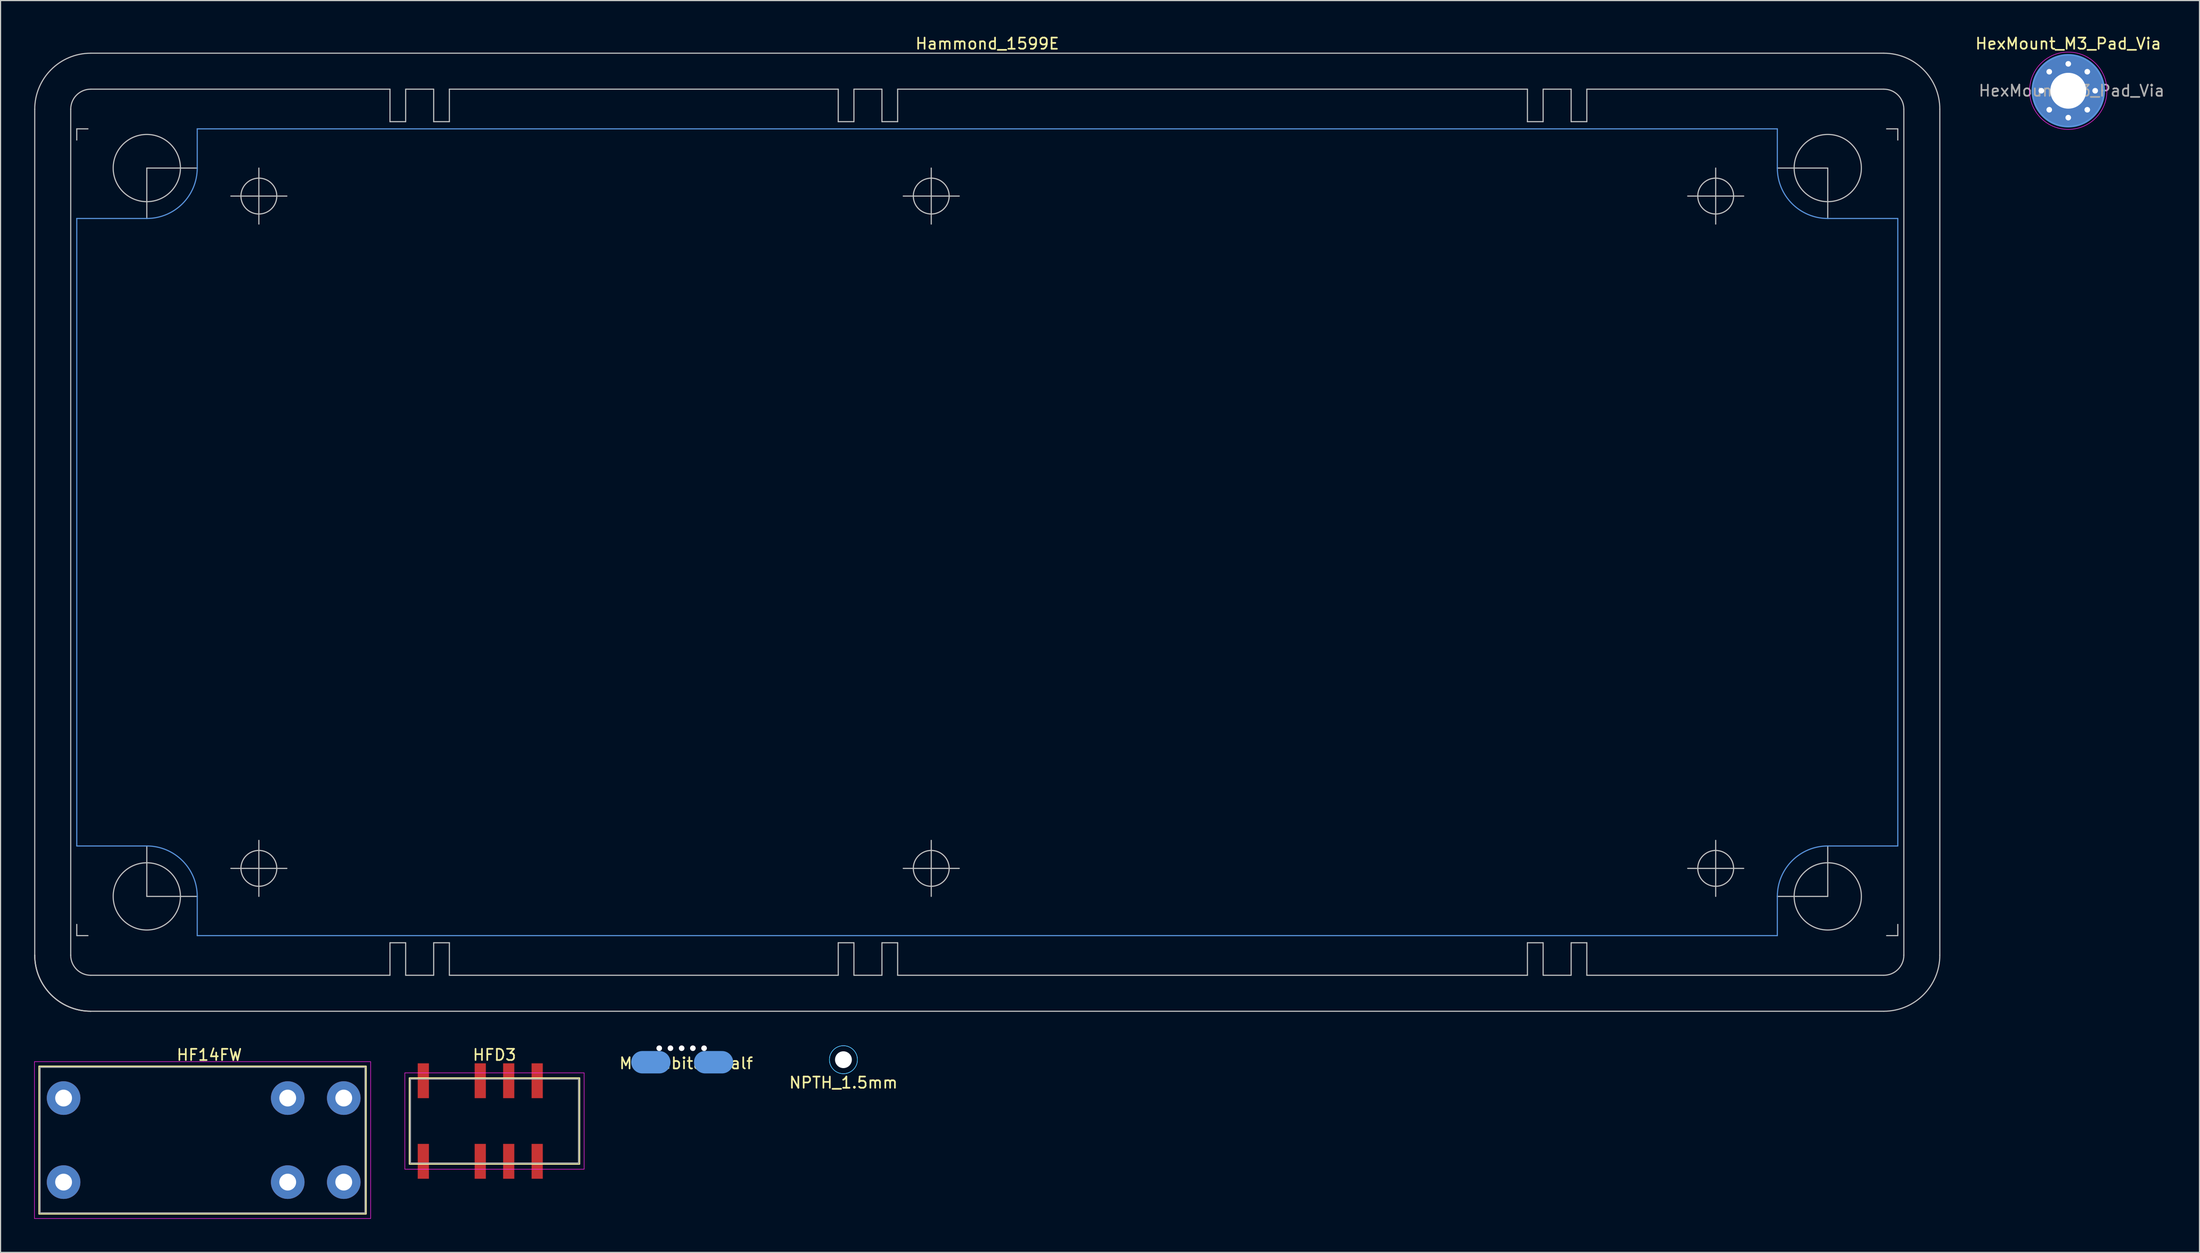
<source format=kicad_pcb>
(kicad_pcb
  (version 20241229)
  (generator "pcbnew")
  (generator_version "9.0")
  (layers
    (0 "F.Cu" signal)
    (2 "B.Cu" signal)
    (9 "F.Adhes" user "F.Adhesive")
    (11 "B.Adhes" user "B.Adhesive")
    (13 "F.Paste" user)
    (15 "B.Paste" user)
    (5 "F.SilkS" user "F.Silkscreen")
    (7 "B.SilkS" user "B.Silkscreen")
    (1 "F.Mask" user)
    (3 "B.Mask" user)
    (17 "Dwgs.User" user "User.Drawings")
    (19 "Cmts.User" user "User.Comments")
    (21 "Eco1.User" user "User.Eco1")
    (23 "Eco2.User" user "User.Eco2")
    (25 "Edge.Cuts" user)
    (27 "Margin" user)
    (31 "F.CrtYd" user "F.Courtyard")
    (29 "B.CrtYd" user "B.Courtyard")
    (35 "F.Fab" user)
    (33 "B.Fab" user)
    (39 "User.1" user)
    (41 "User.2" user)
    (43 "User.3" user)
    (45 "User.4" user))
  (footprint "Mousebites_half"
    (layer "F.Cu")
    (at 57.777 91.748)
    (property "Reference" "Mousebites_half" (at 0.4 0.1 0) (layer "F.SilkS") (effects (font (size 1 1) (thickness 0.15))))
    (attr exclude_from_pos_files exclude_from_bom)
    (fp_line (start -3.5 0) (end -2 0) (stroke (width 2) (type solid)) (layer "Cmts.User"))
    (fp_line (start 2.1 0) (end 3.6 0) (stroke (width 2) (type solid)) (layer "Cmts.User"))
    (pad "" np_thru_hole circle (at -2 -1.25) (size 0.5 0.5) (drill 0.5) (layers "*.Cu" "*.Mask"))
    (pad "" np_thru_hole circle (at -1 -1.25) (size 0.5 0.5) (drill 0.5) (layers "*.Cu" "*.Mask"))
    (pad "" np_thru_hole circle (at 0 -1.25) (size 0.5 0.5) (drill 0.5) (layers "*.Cu" "*.Mask"))
    (pad "" np_thru_hole circle (at 1 -1.25) (size 0.5 0.5) (drill 0.5) (layers "*.Cu" "*.Mask"))
    (pad "" np_thru_hole circle (at 2 -1.25) (size 0.5 0.5) (drill 0.5) (layers "*.Cu" "*.Mask")))
  (footprint "HexMount_M3_Pad_Via"
    (layer "F.Cu")
    (at 181.511 5.048)
    (property "Reference" "HexMount_M3_Pad_Via" (at 0 -4.2 0) (layer "F.SilkS") (effects (font (size 1 1) (thickness 0.15))))
    (attr exclude_from_pos_files exclude_from_bom)
    (fp_circle (center 0 0) (end 3.2 0) (stroke (width 0.15) (type solid)) (fill no) (layer "Cmts.User"))
    (fp_circle (center 0 0) (end 3.45 0) (stroke (width 0.05) (type solid)) (fill no) (layer "F.CrtYd"))
    (fp_text user "${REFERENCE}" (at 0.3 0 0) (layer "F.Fab") (effects (font (size 1 1) (thickness 0.15))))
    (pad "1" thru_hole circle (at -2.4 0) (size 0.8 0.8) (drill 0.5) (layers "*.Cu" "*.Mask"))
    (pad "1" thru_hole circle (at -1.697 -1.697) (size 0.8 0.8) (drill 0.5) (layers "*.Cu" "*.Mask"))
    (pad "1" thru_hole circle (at -1.697 1.697) (size 0.8 0.8) (drill 0.5) (layers "*.Cu" "*.Mask"))
    (pad "1" thru_hole circle (at 0 -2.4) (size 0.8 0.8) (drill 0.5) (layers "*.Cu" "*.Mask"))
    (pad "1" thru_hole circle (at 0 0) (size 6.4 6.4) (drill 3.2) (layers "*.Cu" "*.Mask"))
    (pad "1" thru_hole circle (at 0 2.4) (size 0.8 0.8) (drill 0.5) (layers "*.Cu" "*.Mask"))
    (pad "1" thru_hole circle (at 1.697 -1.697) (size 0.8 0.8) (drill 0.5) (layers "*.Cu" "*.Mask"))
    (pad "1" thru_hole circle (at 1.697 1.697) (size 0.8 0.8) (drill 0.5) (layers "*.Cu" "*.Mask"))
    (pad "1" thru_hole circle (at 2.4 0) (size 0.8 0.8) (drill 0.5) (layers "*.Cu" "*.Mask")))
  (footprint "HFD3"
    (layer "F.Cu")
    (at 41.075 96.996)
    (property "Reference" "HFD3" (at 0 -5.9 0) (unlocked yes) (layer "F.SilkS") (effects (font (size 1 1) (thickness 0.15))))
    (attr smd)
    (fp_rect (start -7.6 -3.85) (end 7.6 3.85) (stroke (width 0.1) (type solid)) (fill no) (layer "F.SilkS"))
    (fp_rect (start -8 -4.3) (end 8 4.3) (stroke (width 0.05) (type solid)) (fill no) (layer "F.CrtYd"))
    (fp_rect (start -7.5 3.75) (end 7.5 -3.75) (stroke (width 0.1) (type solid)) (fill no) (layer "F.Fab"))
    (pad "1" smd rect (at -6.35 3.595) (size 1 3.11) (layers "F.Cu" "F.Mask" "F.Paste"))
    (pad "3" smd rect (at -1.27 3.595) (size 1 3.11) (layers "F.Cu" "F.Mask" "F.Paste"))
    (pad "4" smd rect (at 1.27 3.595) (size 1 3.11) (layers "F.Cu" "F.Mask" "F.Paste"))
    (pad "5" smd rect (at 3.81 3.595) (size 1 3.11) (layers "F.Cu" "F.Mask" "F.Paste"))
    (pad "8" smd rect (at 3.81 -3.595) (size 1 3.11) (layers "F.Cu" "F.Mask" "F.Paste"))
    (pad "9" smd rect (at 1.27 -3.595) (size 1 3.11) (layers "F.Cu" "F.Mask" "F.Paste"))
    (pad "10" smd rect (at -1.27 -3.595) (size 1 3.11) (layers "F.Cu" "F.Mask" "F.Paste"))
    (pad "12" smd rect (at -6.35 -3.595) (size 1 3.11) (layers "F.Cu" "F.Mask" "F.Paste")))
  (footprint "NPTH_1.5mm"
    (layer "F.Cu")
    (at 72.213 91.523)
    (property "Reference" "NPTH_1.5mm" (at 0 2.05 0) (layer "F.SilkS") (effects (font (size 1 1) (thickness 0.15))))
    (attr exclude_from_pos_files exclude_from_bom)
    (fp_circle (center 0 0) (end 1.25 0) (stroke (width 0.05) (type solid)) (fill no) (layer "B.CrtYd"))
    (fp_circle (center 0 0) (end 1.25 0) (stroke (width 0.05) (type solid)) (fill no) (layer "F.CrtYd"))
    (pad "" np_thru_hole circle (at 0 0) (size 1.5 1.5) (drill 1.5) (layers "*.Cu" "*.Mask")))
  (footprint "Hammond_1599E"
    (layer "F.Cu")
    (at 85.05 44.448)
    (property "Reference" "Hammond_1599E" (at 0 -43.6 0) (layer "F.SilkS") (effects (font (size 1 1) (thickness 0.15))))
    (attr through_hole)
    (fp_line (start -85 37.75) (end -85 -37.75) (stroke (width 0.1) (type solid)) (layer "Dwgs.User"))
    (fp_line (start -81.79 37.75) (end -81.79 -37.75) (stroke (width 0.1) (type solid)) (layer "Dwgs.User"))
    (fp_line (start -81.25 -36) (end -81.25 -35) (stroke (width 0.1) (type solid)) (layer "Dwgs.User"))
    (fp_line (start -81.25 -36) (end -80.25 -36) (stroke (width 0.1) (type solid)) (layer "Dwgs.User"))
    (fp_line (start -81.25 36) (end -81.25 35) (stroke (width 0.1) (type solid)) (layer "Dwgs.User"))
    (fp_line (start -81.25 36) (end -80.25 36) (stroke (width 0.1) (type solid)) (layer "Dwgs.User"))
    (fp_line (start -80 -42.75) (end 80 -42.75) (stroke (width 0.1) (type solid)) (layer "Dwgs.User"))
    (fp_line (start -80 -39.54) (end -53.3 -39.54) (stroke (width 0.1) (type solid)) (layer "Dwgs.User"))
    (fp_line (start -80 39.54) (end -53.3 39.54) (stroke (width 0.1) (type solid)) (layer "Dwgs.User"))
    (fp_line (start -75 -32.5) (end -75 -28) (stroke (width 0.1) (type solid)) (layer "Dwgs.User"))
    (fp_line (start -75 -32.5) (end -70.5 -32.5) (stroke (width 0.1) (type solid)) (layer "Dwgs.User"))
    (fp_line (start -75 32.5) (end -75 28) (stroke (width 0.1) (type solid)) (layer "Dwgs.User"))
    (fp_line (start -75 32.5) (end -70.5 32.5) (stroke (width 0.1) (type solid)) (layer "Dwgs.User"))
    (fp_line (start -67.5 -30) (end -62.5 -30) (stroke (width 0.1) (type solid)) (layer "Dwgs.User"))
    (fp_line (start -67.5 30) (end -62.5 30) (stroke (width 0.1) (type solid)) (layer "Dwgs.User"))
    (fp_line (start -65 -32.5) (end -65 -27.5) (stroke (width 0.1) (type solid)) (layer "Dwgs.User"))
    (fp_line (start -65 27.5) (end -65 32.5) (stroke (width 0.1) (type solid)) (layer "Dwgs.User"))
    (fp_line (start -53.3 -39.54) (end -53.3 -36.64) (stroke (width 0.1) (type solid)) (layer "Dwgs.User"))
    (fp_line (start -53.3 -36.64) (end -51.9 -36.64) (stroke (width 0.1) (type solid)) (layer "Dwgs.User"))
    (fp_line (start -53.3 39.54) (end -53.3 36.64) (stroke (width 0.1) (type solid)) (layer "Dwgs.User"))
    (fp_line (start -51.9 -39.54) (end -51.9 -36.64) (stroke (width 0.1) (type solid)) (layer "Dwgs.User"))
    (fp_line (start -51.9 -39.54) (end -49.4 -39.54) (stroke (width 0.1) (type solid)) (layer "Dwgs.User"))
    (fp_line (start -51.9 36.64) (end -53.3 36.64) (stroke (width 0.1) (type solid)) (layer "Dwgs.User"))
    (fp_line (start -51.9 39.54) (end -51.9 36.64) (stroke (width 0.1) (type solid)) (layer "Dwgs.User"))
    (fp_line (start -49.4 -39.54) (end -49.4 -36.64) (stroke (width 0.1) (type solid)) (layer "Dwgs.User"))
    (fp_line (start -49.4 -36.64) (end -48 -36.64) (stroke (width 0.1) (type solid)) (layer "Dwgs.User"))
    (fp_line (start -49.4 39.54) (end -51.9 39.54) (stroke (width 0.1) (type solid)) (layer "Dwgs.User"))
    (fp_line (start -49.4 39.54) (end -49.4 36.64) (stroke (width 0.1) (type solid)) (layer "Dwgs.User"))
    (fp_line (start -48 -39.54) (end -48 -36.64) (stroke (width 0.1) (type solid)) (layer "Dwgs.User"))
    (fp_line (start -48 -39.54) (end -13.3 -39.54) (stroke (width 0.1) (type solid)) (layer "Dwgs.User"))
    (fp_line (start -48 36.64) (end -49.4 36.64) (stroke (width 0.1) (type solid)) (layer "Dwgs.User"))
    (fp_line (start -48 39.54) (end -48 36.64) (stroke (width 0.1) (type solid)) (layer "Dwgs.User"))
    (fp_line (start -48 39.54) (end -13.3 39.54) (stroke (width 0.1) (type solid)) (layer "Dwgs.User"))
    (fp_line (start -13.3 -39.54) (end -13.3 -36.64) (stroke (width 0.1) (type solid)) (layer "Dwgs.User"))
    (fp_line (start -13.3 -36.64) (end -11.9 -36.64) (stroke (width 0.1) (type solid)) (layer "Dwgs.User"))
    (fp_line (start -13.3 39.54) (end -13.3 36.64) (stroke (width 0.1) (type solid)) (layer "Dwgs.User"))
    (fp_line (start -11.9 -39.54) (end -11.9 -36.64) (stroke (width 0.1) (type solid)) (layer "Dwgs.User"))
    (fp_line (start -11.9 -39.54) (end -9.4 -39.54) (stroke (width 0.1) (type solid)) (layer "Dwgs.User"))
    (fp_line (start -11.9 36.64) (end -13.3 36.64) (stroke (width 0.1) (type solid)) (layer "Dwgs.User"))
    (fp_line (start -11.9 39.54) (end -11.9 36.64) (stroke (width 0.1) (type solid)) (layer "Dwgs.User"))
    (fp_line (start -9.4 -39.54) (end -9.4 -36.64) (stroke (width 0.1) (type solid)) (layer "Dwgs.User"))
    (fp_line (start -9.4 -36.64) (end -8 -36.64) (stroke (width 0.1) (type solid)) (layer "Dwgs.User"))
    (fp_line (start -9.4 39.54) (end -11.9 39.54) (stroke (width 0.1) (type solid)) (layer "Dwgs.User"))
    (fp_line (start -9.4 39.54) (end -9.4 36.64) (stroke (width 0.1) (type solid)) (layer "Dwgs.User"))
    (fp_line (start -8 -39.54) (end -8 -36.64) (stroke (width 0.1) (type solid)) (layer "Dwgs.User"))
    (fp_line (start -8 -39.54) (end 48.2 -39.54) (stroke (width 0.1) (type solid)) (layer "Dwgs.User"))
    (fp_line (start -8 36.64) (end -9.4 36.64) (stroke (width 0.1) (type solid)) (layer "Dwgs.User"))
    (fp_line (start -8 39.54) (end -8 36.64) (stroke (width 0.1) (type solid)) (layer "Dwgs.User"))
    (fp_line (start -8 39.54) (end 48.2 39.54) (stroke (width 0.1) (type solid)) (layer "Dwgs.User"))
    (fp_line (start -7.5 -30) (end -2.5 -30) (stroke (width 0.1) (type solid)) (layer "Dwgs.User"))
    (fp_line (start -7.5 30) (end -2.5 30) (stroke (width 0.1) (type solid)) (layer "Dwgs.User"))
    (fp_line (start -5 -32.5) (end -5 -27.5) (stroke (width 0.1) (type solid)) (layer "Dwgs.User"))
    (fp_line (start -5 27.5) (end -5 32.5) (stroke (width 0.1) (type solid)) (layer "Dwgs.User"))
    (fp_line (start 48.2 -39.54) (end 48.2 -36.64) (stroke (width 0.1) (type solid)) (layer "Dwgs.User"))
    (fp_line (start 48.2 -36.64) (end 49.6 -36.64) (stroke (width 0.1) (type solid)) (layer "Dwgs.User"))
    (fp_line (start 48.2 39.54) (end 48.2 36.64) (stroke (width 0.1) (type solid)) (layer "Dwgs.User"))
    (fp_line (start 49.6 -39.54) (end 49.6 -36.64) (stroke (width 0.1) (type solid)) (layer "Dwgs.User"))
    (fp_line (start 49.6 -39.54) (end 52.1 -39.54) (stroke (width 0.1) (type solid)) (layer "Dwgs.User"))
    (fp_line (start 49.6 36.64) (end 48.2 36.64) (stroke (width 0.1) (type solid)) (layer "Dwgs.User"))
    (fp_line (start 49.6 39.54) (end 49.6 36.64) (stroke (width 0.1) (type solid)) (layer "Dwgs.User"))
    (fp_line (start 52.1 -39.54) (end 52.1 -36.64) (stroke (width 0.1) (type solid)) (layer "Dwgs.User"))
    (fp_line (start 52.1 -36.64) (end 53.5 -36.64) (stroke (width 0.1) (type solid)) (layer "Dwgs.User"))
    (fp_line (start 52.1 39.54) (end 49.6 39.54) (stroke (width 0.1) (type solid)) (layer "Dwgs.User"))
    (fp_line (start 52.1 39.54) (end 52.1 36.64) (stroke (width 0.1) (type solid)) (layer "Dwgs.User"))
    (fp_line (start 53.5 -39.54) (end 53.5 -36.64) (stroke (width 0.1) (type solid)) (layer "Dwgs.User"))
    (fp_line (start 53.5 -39.54) (end 80 -39.54) (stroke (width 0.1) (type solid)) (layer "Dwgs.User"))
    (fp_line (start 53.5 36.64) (end 52.1 36.64) (stroke (width 0.1) (type solid)) (layer "Dwgs.User"))
    (fp_line (start 53.5 39.54) (end 53.5 36.64) (stroke (width 0.1) (type solid)) (layer "Dwgs.User"))
    (fp_line (start 53.5 39.54) (end 80 39.54) (stroke (width 0.1) (type solid)) (layer "Dwgs.User"))
    (fp_line (start 62.5 -30) (end 67.5 -30) (stroke (width 0.1) (type solid)) (layer "Dwgs.User"))
    (fp_line (start 62.5 30) (end 67.5 30) (stroke (width 0.1) (type solid)) (layer "Dwgs.User"))
    (fp_line (start 65 -32.5) (end 65 -27.5) (stroke (width 0.1) (type solid)) (layer "Dwgs.User"))
    (fp_line (start 65 27.5) (end 65 32.5) (stroke (width 0.1) (type solid)) (layer "Dwgs.User"))
    (fp_line (start 75 -32.5) (end 70.5 -32.5) (stroke (width 0.1) (type solid)) (layer "Dwgs.User"))
    (fp_line (start 75 -32.5) (end 75 -28) (stroke (width 0.1) (type solid)) (layer "Dwgs.User"))
    (fp_line (start 75 32.5) (end 70.5 32.5) (stroke (width 0.1) (type solid)) (layer "Dwgs.User"))
    (fp_line (start 75 32.5) (end 75 28) (stroke (width 0.1) (type solid)) (layer "Dwgs.User"))
    (fp_line (start 80 42.75) (end -80 42.75) (stroke (width 0.1) (type solid)) (layer "Dwgs.User"))
    (fp_line (start 81.25 -36) (end 80.25 -36) (stroke (width 0.1) (type solid)) (layer "Dwgs.User"))
    (fp_line (start 81.25 -36) (end 81.25 -35) (stroke (width 0.1) (type solid)) (layer "Dwgs.User"))
    (fp_line (start 81.25 36) (end 80.25 36) (stroke (width 0.1) (type solid)) (layer "Dwgs.User"))
    (fp_line (start 81.25 36) (end 81.25 35) (stroke (width 0.1) (type solid)) (layer "Dwgs.User"))
    (fp_line (start 81.79 -37.75) (end 81.79 37.75) (stroke (width 0.1) (type solid)) (layer "Dwgs.User"))
    (fp_line (start 85 -37.75) (end 85 37.75) (stroke (width 0.1) (type solid)) (layer "Dwgs.User"))
    (fp_arc (start -85 -37.75) (mid -83.535534 -41.285534) (end -80 -42.75) (stroke (width 0.1) (type solid)) (layer "Dwgs.User"))
    (fp_arc (start -81.79 -37.75) (mid -81.265721 -39.015721) (end -80 -39.54) (stroke (width 0.1) (type solid)) (layer "Dwgs.User"))
    (fp_arc (start -80 39.54) (mid -81.265721 39.015721) (end -81.79 37.75) (stroke (width 0.1) (type solid)) (layer "Dwgs.User"))
    (fp_arc (start -80 42.75) (mid -83.535534 41.285534) (end -85 37.75) (stroke (width 0.1) (type solid)) (layer "Dwgs.User"))
    (fp_arc (start -80 42.75) (mid -83.535534 41.285534) (end -85 37.75) (stroke (width 0.1) (type solid)) (layer "Dwgs.User"))
    (fp_arc (start 80 -42.75) (mid 83.535534 -41.285534) (end 85 -37.75) (stroke (width 0.1) (type solid)) (layer "Dwgs.User"))
    (fp_arc (start 80 -39.54) (mid 81.265721 -39.015721) (end 81.79 -37.75) (stroke (width 0.1) (type solid)) (layer "Dwgs.User"))
    (fp_arc (start 81.79 37.75) (mid 81.265721 39.015721) (end 80 39.54) (stroke (width 0.1) (type solid)) (layer "Dwgs.User"))
    (fp_arc (start 85 37.75) (mid 83.535534 41.285534) (end 80 42.75) (stroke (width 0.1) (type solid)) (layer "Dwgs.User"))
    (fp_circle (center -75 -32.5) (end -72 -32.5) (stroke (width 0.1) (type solid)) (fill no) (layer "Dwgs.User"))
    (fp_circle (center -75 32.5) (end -72 32.5) (stroke (width 0.1) (type solid)) (fill no) (layer "Dwgs.User"))
    (fp_circle (center -65 -30) (end -63.4 -30) (stroke (width 0.1) (type solid)) (fill no) (layer "Dwgs.User"))
    (fp_circle (center -65 30) (end -63.4 30) (stroke (width 0.1) (type solid)) (fill no) (layer "Dwgs.User"))
    (fp_circle (center -5 -30) (end -3.4 -30) (stroke (width 0.1) (type solid)) (fill no) (layer "Dwgs.User"))
    (fp_circle (center -5 30) (end -3.4 30) (stroke (width 0.1) (type solid)) (fill no) (layer "Dwgs.User"))
    (fp_circle (center 65 -30) (end 66.6 -30) (stroke (width 0.1) (type solid)) (fill no) (layer "Dwgs.User"))
    (fp_circle (center 65 30) (end 66.6 30) (stroke (width 0.1) (type solid)) (fill no) (layer "Dwgs.User"))
    (fp_circle (center 75 -32.5) (end 72 -32.5) (stroke (width 0.1) (type solid)) (fill no) (layer "Dwgs.User"))
    (fp_circle (center 75 32.5) (end 72 32.5) (stroke (width 0.1) (type solid)) (fill no) (layer "Dwgs.User"))
    (fp_line (start -81.25 -28) (end -81.25 28) (stroke (width 0.1) (type solid)) (layer "Cmts.User"))
    (fp_line (start -81.25 -28) (end -75 -28) (stroke (width 0.1) (type solid)) (layer "Cmts.User"))
    (fp_line (start -81.25 28) (end -75 28) (stroke (width 0.1) (type solid)) (layer "Cmts.User"))
    (fp_line (start -70.5 -36) (end -70.5 -32.5) (stroke (width 0.1) (type solid)) (layer "Cmts.User"))
    (fp_line (start -70.5 -36) (end 70.5 -36) (stroke (width 0.1) (type solid)) (layer "Cmts.User"))
    (fp_line (start -70.5 36) (end -70.5 32.5) (stroke (width 0.1) (type solid)) (layer "Cmts.User"))
    (fp_line (start 70.5 -36) (end 70.5 -32.5) (stroke (width 0.1) (type solid)) (layer "Cmts.User"))
    (fp_line (start 70.5 36) (end -70.5 36) (stroke (width 0.1) (type solid)) (layer "Cmts.User"))
    (fp_line (start 70.5 36) (end 70.5 32.5) (stroke (width 0.1) (type solid)) (layer "Cmts.User"))
    (fp_line (start 81.25 -28) (end 75 -28) (stroke (width 0.1) (type solid)) (layer "Cmts.User"))
    (fp_line (start 81.25 28) (end 75 28) (stroke (width 0.1) (type solid)) (layer "Cmts.User"))
    (fp_line (start 81.25 28) (end 81.25 -28) (stroke (width 0.1) (type solid)) (layer "Cmts.User"))
    (fp_arc (start -75 28) (mid -71.818019 29.318019) (end -70.5 32.5) (stroke (width 0.1) (type solid)) (layer "Cmts.User"))
    (fp_arc (start -70.5 -32.5) (mid -71.818019 -29.318019) (end -75 -28) (stroke (width 0.1) (type solid)) (layer "Cmts.User"))
    (fp_arc (start 70.5 32.5) (mid 71.818019 29.318019) (end 75 28) (stroke (width 0.1) (type solid)) (layer "Cmts.User"))
    (fp_arc (start 75 -28) (mid 71.818019 -29.318019) (end 70.5 -32.5) (stroke (width 0.1) (type solid)) (layer "Cmts.User")))
  (footprint "HF14FW"
    (layer "F.Cu")
    (at 15.025 98.697)
    (property "Reference" "HF14FW" (at 0.6 -7.6 0) (unlocked yes) (layer "F.SilkS") (effects (font (size 1 1) (thickness 0.15))))
    (attr through_hole)
    (fp_rect (start -14.6 -6.6) (end 14.6 6.6) (stroke (width 0.1) (type solid)) (fill no) (layer "F.SilkS"))
    (fp_rect (start -15 -7) (end 15 7) (stroke (width 0.05) (type solid)) (fill no) (layer "F.CrtYd"))
    (fp_rect (start -14.5 -6.5) (end 14.5 6.5) (stroke (width 0.1) (type solid)) (fill no) (layer "F.Fab"))
    (pad "1" thru_hole circle (at -12.4 3.75) (size 3 3) (drill 1.5) (layers "*.Cu" "*.Mask"))
    (pad "5" thru_hole circle (at 7.6 3.75) (size 3 3) (drill 1.5) (layers "*.Cu" "*.Mask"))
    (pad "6" thru_hole circle (at 12.6 3.75) (size 3 3) (drill 1.5) (layers "*.Cu" "*.Mask"))
    (pad "7" thru_hole circle (at 12.6 -3.75) (size 3 3) (drill 1.5) (layers "*.Cu" "*.Mask"))
    (pad "8" thru_hole circle (at 7.6 -3.75) (size 3 3) (drill 1.5) (layers "*.Cu" "*.Mask"))
    (pad "12" thru_hole circle (at -12.4 -3.75) (size 3 3) (drill 1.5) (layers "*.Cu" "*.Mask")))
  (gr_rect
    (start -3 -3)
    (end 193.221 108.722)
    (stroke (width 0.1) (type default))
    (fill no)
    (layer "Edge.Cuts")))
</source>
